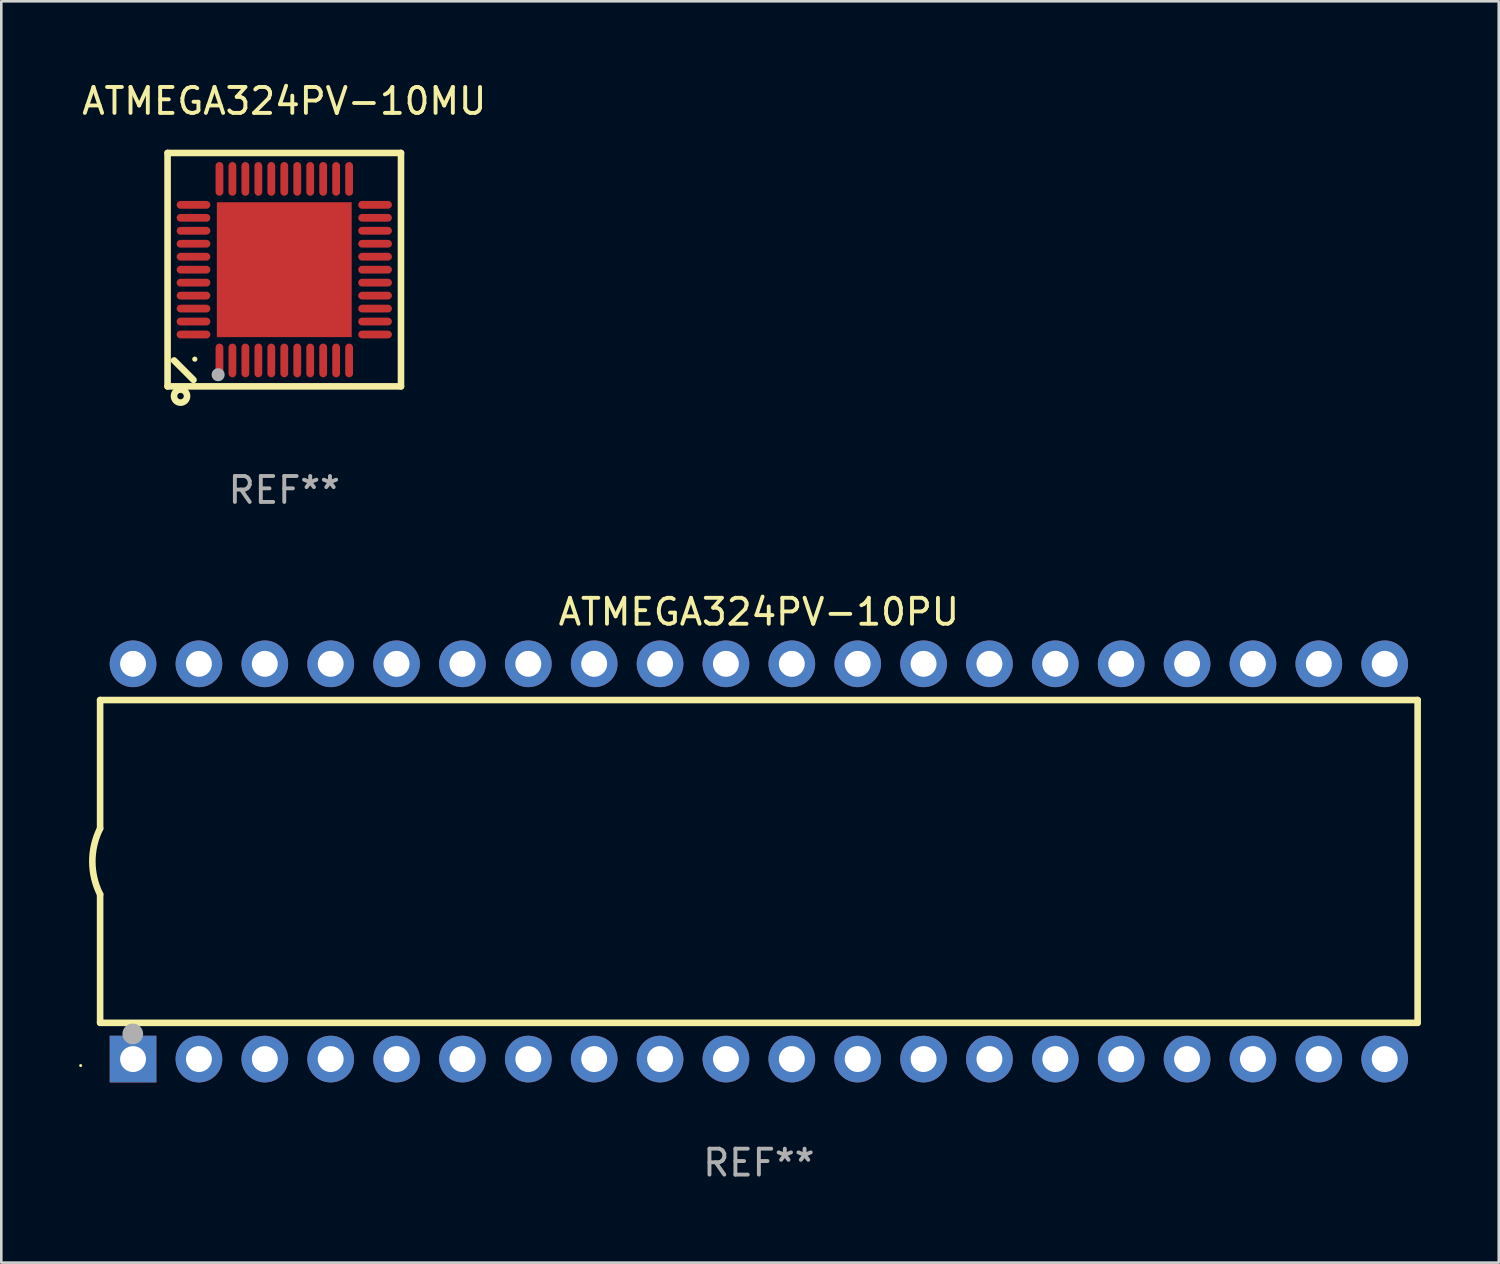
<source format=kicad_pcb>
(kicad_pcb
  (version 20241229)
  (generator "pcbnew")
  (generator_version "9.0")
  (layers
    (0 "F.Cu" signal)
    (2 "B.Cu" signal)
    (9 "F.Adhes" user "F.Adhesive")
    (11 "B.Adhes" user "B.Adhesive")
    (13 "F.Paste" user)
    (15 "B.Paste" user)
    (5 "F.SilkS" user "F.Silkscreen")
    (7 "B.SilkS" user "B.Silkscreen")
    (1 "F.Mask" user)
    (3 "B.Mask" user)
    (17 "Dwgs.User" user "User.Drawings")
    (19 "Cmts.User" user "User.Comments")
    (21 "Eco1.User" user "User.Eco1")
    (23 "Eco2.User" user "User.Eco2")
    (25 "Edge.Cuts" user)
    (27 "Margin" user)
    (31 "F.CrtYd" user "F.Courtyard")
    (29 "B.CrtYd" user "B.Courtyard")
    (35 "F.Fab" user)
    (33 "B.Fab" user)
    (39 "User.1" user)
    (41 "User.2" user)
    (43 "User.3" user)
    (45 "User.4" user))
  (footprint "ATMEGA324PV-10MU"
    (layer "F.Cu")
    (at 7.911 7.348)
    (property "Reference" "ATMEGA324PV-10MU" (at 0 -6.5 0) (layer "F.SilkS") (effects (font (size 1 1) (thickness 0.15))))
    (attr through_hole)
    (fp_line (start -4.5 -4.5) (end -4.5 4.5) (stroke (width 0.254) (type solid)) (layer "F.SilkS"))
    (fp_line (start -4.5 4.5) (end 4.5 4.5) (stroke (width 0.254) (type solid)) (layer "F.SilkS"))
    (fp_line (start -3.5 4.25) (end -4.25 3.5) (stroke (width 0.254) (type solid)) (layer "F.SilkS"))
    (fp_line (start 4.5 -4.5) (end -4.5 -4.5) (stroke (width 0.254) (type solid)) (layer "F.SilkS"))
    (fp_line (start 4.5 4.5) (end 4.5 -4.5) (stroke (width 0.254) (type solid)) (layer "F.SilkS"))
    (fp_circle (center -4 4.875) (end -3.875 4.875) (stroke (width 0.254) (type solid)) (fill no) (layer "F.SilkS"))
    (fp_circle (center -3.45 3.45) (end -3.4 3.45) (stroke (width 0.1) (type solid)) (fill no) (layer "F.SilkS"))
    (fp_circle (center -2.55 4.05) (end -2.423 4.05) (stroke (width 0.254) (type solid)) (fill no) (layer "F.Fab"))
    (fp_text user "REF**" (at 0 8.5 0) (layer "F.Fab") (effects (font (size 1 1) (thickness 0.15))))
    (pad "1" smd oval (at -2.5 3.5 90) (size 1.3 0.3) (layers "F.Cu" "F.Mask" "F.Paste"))
    (pad "2" smd oval (at -2 3.5 90) (size 1.3 0.3) (layers "F.Cu" "F.Mask" "F.Paste"))
    (pad "3" smd oval (at -1.5 3.5 90) (size 1.3 0.3) (layers "F.Cu" "F.Mask" "F.Paste"))
    (pad "4" smd oval (at -1 3.5 90) (size 1.3 0.3) (layers "F.Cu" "F.Mask" "F.Paste"))
    (pad "5" smd oval (at -0.5 3.5 90) (size 1.3 0.3) (layers "F.Cu" "F.Mask" "F.Paste"))
    (pad "6" smd oval (at 0.000025 3.5 90) (size 1.3 0.3) (layers "F.Cu" "F.Mask" "F.Paste"))
    (pad "7" smd oval (at 0.5 3.5 90) (size 1.3 0.3) (layers "F.Cu" "F.Mask" "F.Paste"))
    (pad "8" smd oval (at 1 3.5 90) (size 1.3 0.3) (layers "F.Cu" "F.Mask" "F.Paste"))
    (pad "9" smd oval (at 1.5 3.5 90) (size 1.3 0.3) (layers "F.Cu" "F.Mask" "F.Paste"))
    (pad "10" smd oval (at 2 3.5 90) (size 1.3 0.3) (layers "F.Cu" "F.Mask" "F.Paste"))
    (pad "11" smd oval (at 2.5 3.5 90) (size 1.3 0.3) (layers "F.Cu" "F.Mask" "F.Paste"))
    (pad "12" smd oval (at 3.5 2.5 90) (size 0.3 1.3) (layers "F.Cu" "F.Mask" "F.Paste"))
    (pad "13" smd oval (at 3.5 2 90) (size 0.3 1.3) (layers "F.Cu" "F.Mask" "F.Paste"))
    (pad "14" smd oval (at 3.5 1.5 90) (size 0.3 1.3) (layers "F.Cu" "F.Mask" "F.Paste"))
    (pad "15" smd oval (at 3.5 1 90) (size 0.3 1.3) (layers "F.Cu" "F.Mask" "F.Paste"))
    (pad "16" smd oval (at 3.5 0.5 90) (size 0.3 1.3) (layers "F.Cu" "F.Mask" "F.Paste"))
    (pad "17" smd oval (at 3.5 0.000025 90) (size 0.3 1.3) (layers "F.Cu" "F.Mask" "F.Paste"))
    (pad "18" smd oval (at 3.5 -0.5 90) (size 0.3 1.3) (layers "F.Cu" "F.Mask" "F.Paste"))
    (pad "19" smd oval (at 3.5 -1 90) (size 0.3 1.3) (layers "F.Cu" "F.Mask" "F.Paste"))
    (pad "20" smd oval (at 3.5 -1.5 90) (size 0.3 1.3) (layers "F.Cu" "F.Mask" "F.Paste"))
    (pad "21" smd oval (at 3.5 -2 90) (size 0.3 1.3) (layers "F.Cu" "F.Mask" "F.Paste"))
    (pad "22" smd oval (at 3.5 -2.5 90) (size 0.3 1.3) (layers "F.Cu" "F.Mask" "F.Paste"))
    (pad "23" smd oval (at 2.5 -3.5 90) (size 1.3 0.3) (layers "F.Cu" "F.Mask" "F.Paste"))
    (pad "24" smd oval (at 2 -3.5 90) (size 1.3 0.3) (layers "F.Cu" "F.Mask" "F.Paste"))
    (pad "25" smd oval (at 1.5 -3.5 90) (size 1.3 0.3) (layers "F.Cu" "F.Mask" "F.Paste"))
    (pad "26" smd oval (at 1 -3.5 90) (size 1.3 0.3) (layers "F.Cu" "F.Mask" "F.Paste"))
    (pad "27" smd oval (at 0.5 -3.5 90) (size 1.3 0.3) (layers "F.Cu" "F.Mask" "F.Paste"))
    (pad "28" smd oval (at 0.000025 -3.5 90) (size 1.3 0.3) (layers "F.Cu" "F.Mask" "F.Paste"))
    (pad "29" smd oval (at -0.5 -3.5 90) (size 1.3 0.3) (layers "F.Cu" "F.Mask" "F.Paste"))
    (pad "30" smd oval (at -1 -3.5 90) (size 1.3 0.3) (layers "F.Cu" "F.Mask" "F.Paste"))
    (pad "31" smd oval (at -1.5 -3.5 90) (size 1.3 0.3) (layers "F.Cu" "F.Mask" "F.Paste"))
    (pad "32" smd oval (at -2 -3.5 90) (size 1.3 0.3) (layers "F.Cu" "F.Mask" "F.Paste"))
    (pad "33" smd oval (at -2.5 -3.5 90) (size 1.3 0.3) (layers "F.Cu" "F.Mask" "F.Paste"))
    (pad "34" smd oval (at -3.5 -2.5 90) (size 0.3 1.3) (layers "F.Cu" "F.Mask" "F.Paste"))
    (pad "35" smd oval (at -3.5 -2 90) (size 0.3 1.3) (layers "F.Cu" "F.Mask" "F.Paste"))
    (pad "36" smd oval (at -3.5 -1.5 90) (size 0.3 1.3) (layers "F.Cu" "F.Mask" "F.Paste"))
    (pad "37" smd oval (at -3.5 -1 90) (size 0.3 1.3) (layers "F.Cu" "F.Mask" "F.Paste"))
    (pad "38" smd oval (at -3.5 -0.5 90) (size 0.3 1.3) (layers "F.Cu" "F.Mask" "F.Paste"))
    (pad "39" smd oval (at -3.5 0.000025 90) (size 0.3 1.3) (layers "F.Cu" "F.Mask" "F.Paste"))
    (pad "40" smd oval (at -3.5 0.5 90) (size 0.3 1.3) (layers "F.Cu" "F.Mask" "F.Paste"))
    (pad "41" smd oval (at -3.5 1 90) (size 0.3 1.3) (layers "F.Cu" "F.Mask" "F.Paste"))
    (pad "42" smd oval (at -3.5 1.5 90) (size 0.3 1.3) (layers "F.Cu" "F.Mask" "F.Paste"))
    (pad "43" smd oval (at -3.5 2 90) (size 0.3 1.3) (layers "F.Cu" "F.Mask" "F.Paste"))
    (pad "44" smd oval (at -3.5 2.5 90) (size 0.3 1.3) (layers "F.Cu" "F.Mask" "F.Paste"))
    (pad "45" smd rect (at 0.000025 0.000025 90) (size 5.2 5.2) (layers "F.Cu" "F.Mask" "F.Paste")))
  (footprint "ATMEGA324PV-10PU"
    (layer "F.Cu")
    (at 26.21 30.165)
    (property "Reference" "ATMEGA324PV-10PU" (at 0 -9.62 0) (layer "F.SilkS") (effects (font (size 1 1) (thickness 0.15))))
    (attr through_hole)
    (fp_line (start -25.4 -6.224) (end -25.4 -1.271) (stroke (width 0.254) (type solid)) (layer "F.SilkS"))
    (fp_line (start -25.4 -6.224) (end 25.4 -6.224) (stroke (width 0.254) (type solid)) (layer "F.SilkS"))
    (fp_line (start -25.4 1.269) (end -25.4 6.222) (stroke (width 0.254) (type solid)) (layer "F.SilkS"))
    (fp_line (start -25.4 6.222) (end 25.4 6.222) (stroke (width 0.254) (type solid)) (layer "F.SilkS"))
    (fp_line (start 25.4 6.222) (end 25.4 -6.224) (stroke (width 0.254) (type solid)) (layer "F.SilkS"))
    (fp_arc (start -25.4 1.269241) (mid -25.699807 -0.000762) (end -25.4 -1.270765) (stroke (width 0.254001) (type solid)) (layer "F.SilkS"))
    (fp_circle (center -26.15 7.87) (end -26.12 7.87) (stroke (width 0.06) (type solid)) (fill no) (layer "F.SilkS"))
    (fp_circle (center -24.14 6.65) (end -23.94 6.65) (stroke (width 0.4) (type solid)) (fill no) (layer "F.Fab"))
    (fp_text user "REF**" (at 0 11.62 0) (layer "F.Fab") (effects (font (size 1 1) (thickness 0.15))))
    (pad "1" thru_hole rect (at -24.13 7.62 90) (size 1.8 1.8) (drill 1) (layers "*.Cu" "*.Mask"))
    (pad "2" thru_hole circle (at -21.59 7.62) (size 1.8 1.8) (drill 1) (layers "*.Cu" "*.Mask"))
    (pad "3" thru_hole circle (at -19.05 7.62) (size 1.8 1.8) (drill 1) (layers "*.Cu" "*.Mask"))
    (pad "4" thru_hole circle (at -16.51 7.62) (size 1.8 1.8) (drill 1) (layers "*.Cu" "*.Mask"))
    (pad "5" thru_hole circle (at -13.97 7.62) (size 1.8 1.8) (drill 1) (layers "*.Cu" "*.Mask"))
    (pad "6" thru_hole circle (at -11.43 7.62) (size 1.8 1.8) (drill 1) (layers "*.Cu" "*.Mask"))
    (pad "7" thru_hole circle (at -8.89 7.62) (size 1.8 1.8) (drill 1) (layers "*.Cu" "*.Mask"))
    (pad "8" thru_hole circle (at -6.35 7.62) (size 1.8 1.8) (drill 1) (layers "*.Cu" "*.Mask"))
    (pad "9" thru_hole circle (at -3.81 7.62) (size 1.8 1.8) (drill 1) (layers "*.Cu" "*.Mask"))
    (pad "10" thru_hole circle (at -1.27 7.62) (size 1.8 1.8) (drill 1) (layers "*.Cu" "*.Mask"))
    (pad "11" thru_hole circle (at 1.27 7.62) (size 1.8 1.8) (drill 1) (layers "*.Cu" "*.Mask"))
    (pad "12" thru_hole circle (at 3.81 7.62) (size 1.8 1.8) (drill 1) (layers "*.Cu" "*.Mask"))
    (pad "13" thru_hole circle (at 6.35 7.62) (size 1.8 1.8) (drill 1) (layers "*.Cu" "*.Mask"))
    (pad "14" thru_hole circle (at 8.89 7.62) (size 1.8 1.8) (drill 1) (layers "*.Cu" "*.Mask"))
    (pad "15" thru_hole circle (at 11.43 7.62) (size 1.8 1.8) (drill 1) (layers "*.Cu" "*.Mask"))
    (pad "16" thru_hole circle (at 13.97 7.62) (size 1.8 1.8) (drill 1) (layers "*.Cu" "*.Mask"))
    (pad "17" thru_hole circle (at 16.51 7.62) (size 1.8 1.8) (drill 1) (layers "*.Cu" "*.Mask"))
    (pad "18" thru_hole circle (at 19.05 7.62) (size 1.8 1.8) (drill 1) (layers "*.Cu" "*.Mask"))
    (pad "19" thru_hole circle (at 21.59 7.62) (size 1.8 1.8) (drill 1) (layers "*.Cu" "*.Mask"))
    (pad "20" thru_hole circle (at 24.13 7.62) (size 1.8 1.8) (drill 1) (layers "*.Cu" "*.Mask"))
    (pad "21" thru_hole circle (at 24.13 -7.62) (size 1.8 1.8) (drill 1) (layers "*.Cu" "*.Mask"))
    (pad "22" thru_hole circle (at 21.59 -7.62) (size 1.8 1.8) (drill 1) (layers "*.Cu" "*.Mask"))
    (pad "23" thru_hole circle (at 19.05 -7.62) (size 1.8 1.8) (drill 1) (layers "*.Cu" "*.Mask"))
    (pad "24" thru_hole circle (at 16.51 -7.62) (size 1.8 1.8) (drill 1) (layers "*.Cu" "*.Mask"))
    (pad "25" thru_hole circle (at 13.97 -7.62) (size 1.8 1.8) (drill 1) (layers "*.Cu" "*.Mask"))
    (pad "26" thru_hole circle (at 11.43 -7.62) (size 1.8 1.8) (drill 1) (layers "*.Cu" "*.Mask"))
    (pad "27" thru_hole circle (at 8.89 -7.62) (size 1.8 1.8) (drill 1) (layers "*.Cu" "*.Mask"))
    (pad "28" thru_hole circle (at 6.35 -7.62) (size 1.8 1.8) (drill 1) (layers "*.Cu" "*.Mask"))
    (pad "29" thru_hole circle (at 3.81 -7.62) (size 1.8 1.8) (drill 1) (layers "*.Cu" "*.Mask"))
    (pad "30" thru_hole circle (at 1.27 -7.62) (size 1.8 1.8) (drill 1) (layers "*.Cu" "*.Mask"))
    (pad "31" thru_hole circle (at -1.27 -7.62) (size 1.8 1.8) (drill 1) (layers "*.Cu" "*.Mask"))
    (pad "32" thru_hole circle (at -3.81 -7.62) (size 1.8 1.8) (drill 1) (layers "*.Cu" "*.Mask"))
    (pad "33" thru_hole circle (at -6.35 -7.62) (size 1.8 1.8) (drill 1) (layers "*.Cu" "*.Mask"))
    (pad "34" thru_hole circle (at -8.89 -7.62) (size 1.8 1.8) (drill 1) (layers "*.Cu" "*.Mask"))
    (pad "35" thru_hole circle (at -11.43 -7.62) (size 1.8 1.8) (drill 1) (layers "*.Cu" "*.Mask"))
    (pad "36" thru_hole circle (at -13.97 -7.62) (size 1.8 1.8) (drill 1) (layers "*.Cu" "*.Mask"))
    (pad "37" thru_hole circle (at -16.51 -7.62) (size 1.8 1.8) (drill 1) (layers "*.Cu" "*.Mask"))
    (pad "38" thru_hole circle (at -19.05 -7.62) (size 1.8 1.8) (drill 1) (layers "*.Cu" "*.Mask"))
    (pad "39" thru_hole circle (at -21.59 -7.62) (size 1.8 1.8) (drill 1) (layers "*.Cu" "*.Mask"))
    (pad "40" thru_hole circle (at -24.13 -7.62) (size 1.8 1.8) (drill 1) (layers "*.Cu" "*.Mask")))
  (gr_rect
    (start -3 -3)
    (end 54.737 45.633)
    (stroke (width 0.1) (type default))
    (fill no)
    (layer "Edge.Cuts")))
</source>
